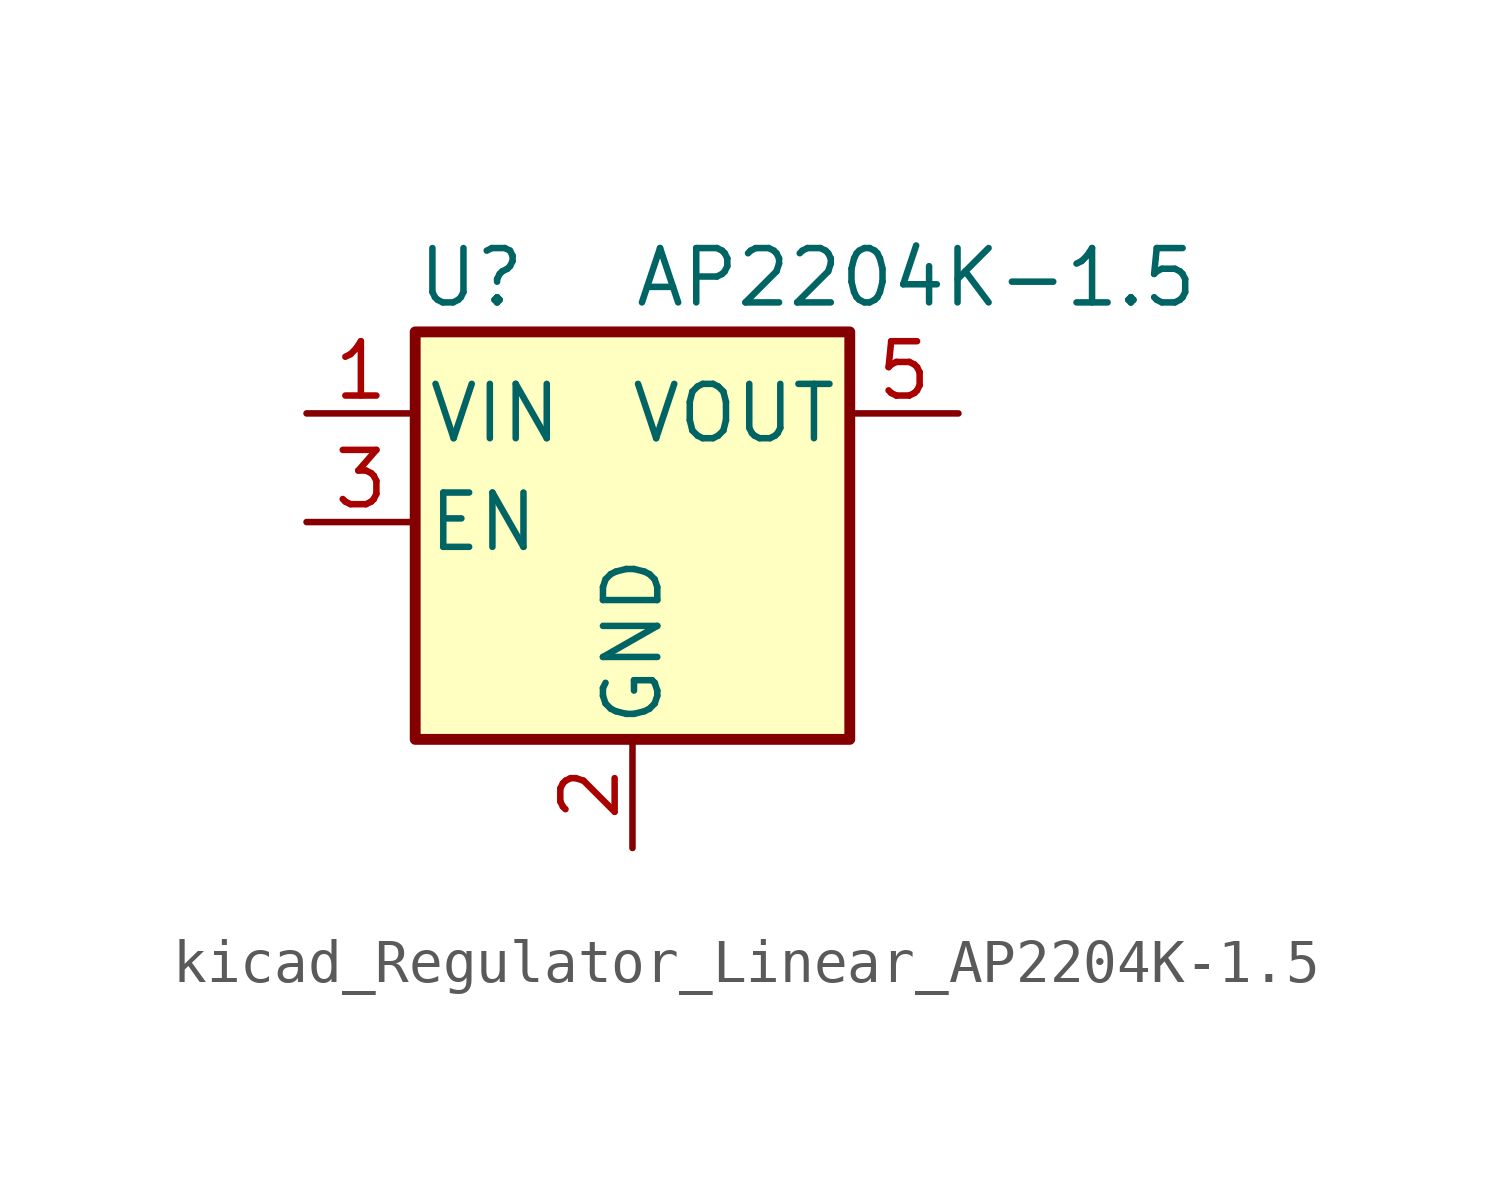
<source format=kicad_sym>
(kicad_symbol_lib
  (version 20220914)
  (generator kicad_symbol_editor)
  (symbol "kicad_Regulator_Linear_AP2204K-1.5"
    (pin_names
      (offset 0.254))
    (property "Reference" "U"
      (at -5.08 5.715 0)
      (effects (font (size 1.27 1.27)) (justify left)))
    (property "Value" "AP2204K-1.5"
      (at 0 5.715 0)
      (effects (font (size 1.27 1.27)) (justify left)))
    (symbol "kicad_Regulator_Linear_AP2204K-1.5_0_1"
      (rectangle (start -5.08 4.445) (end 5.08 -5.08) (stroke (width 0.254) (type default)) (fill (type background))))
    (symbol "kicad_Regulator_Linear_AP2204K-1.5_1_1"
      (pin power_in line (at -7.62 2.54 0) (length 2.54) (name "VIN" (effects (font (size 1.27 1.27)))) (number "1" (effects (font (size 1.27 1.27)))))
      (pin power_in line (at 0 -7.62 90) (length 2.54) (name "GND" (effects (font (size 1.27 1.27)))) (number "2" (effects (font (size 1.27 1.27)))))
      (pin input line (at -7.62 0 0) (length 2.54) (name "EN" (effects (font (size 1.27 1.27)))) (number "3" (effects (font (size 1.27 1.27)))))
      (pin no_connect line (at 5.08 0 180) (length 2.54) hide (name "NC" (effects (font (size 1.27 1.27)))) (number "4" (effects (font (size 1.27 1.27)))))
      (pin power_out line (at 7.62 2.54 180) (length 2.54) (name "VOUT" (effects (font (size 1.27 1.27)))) (number "5" (effects (font (size 1.27 1.27))))))))
</source>
